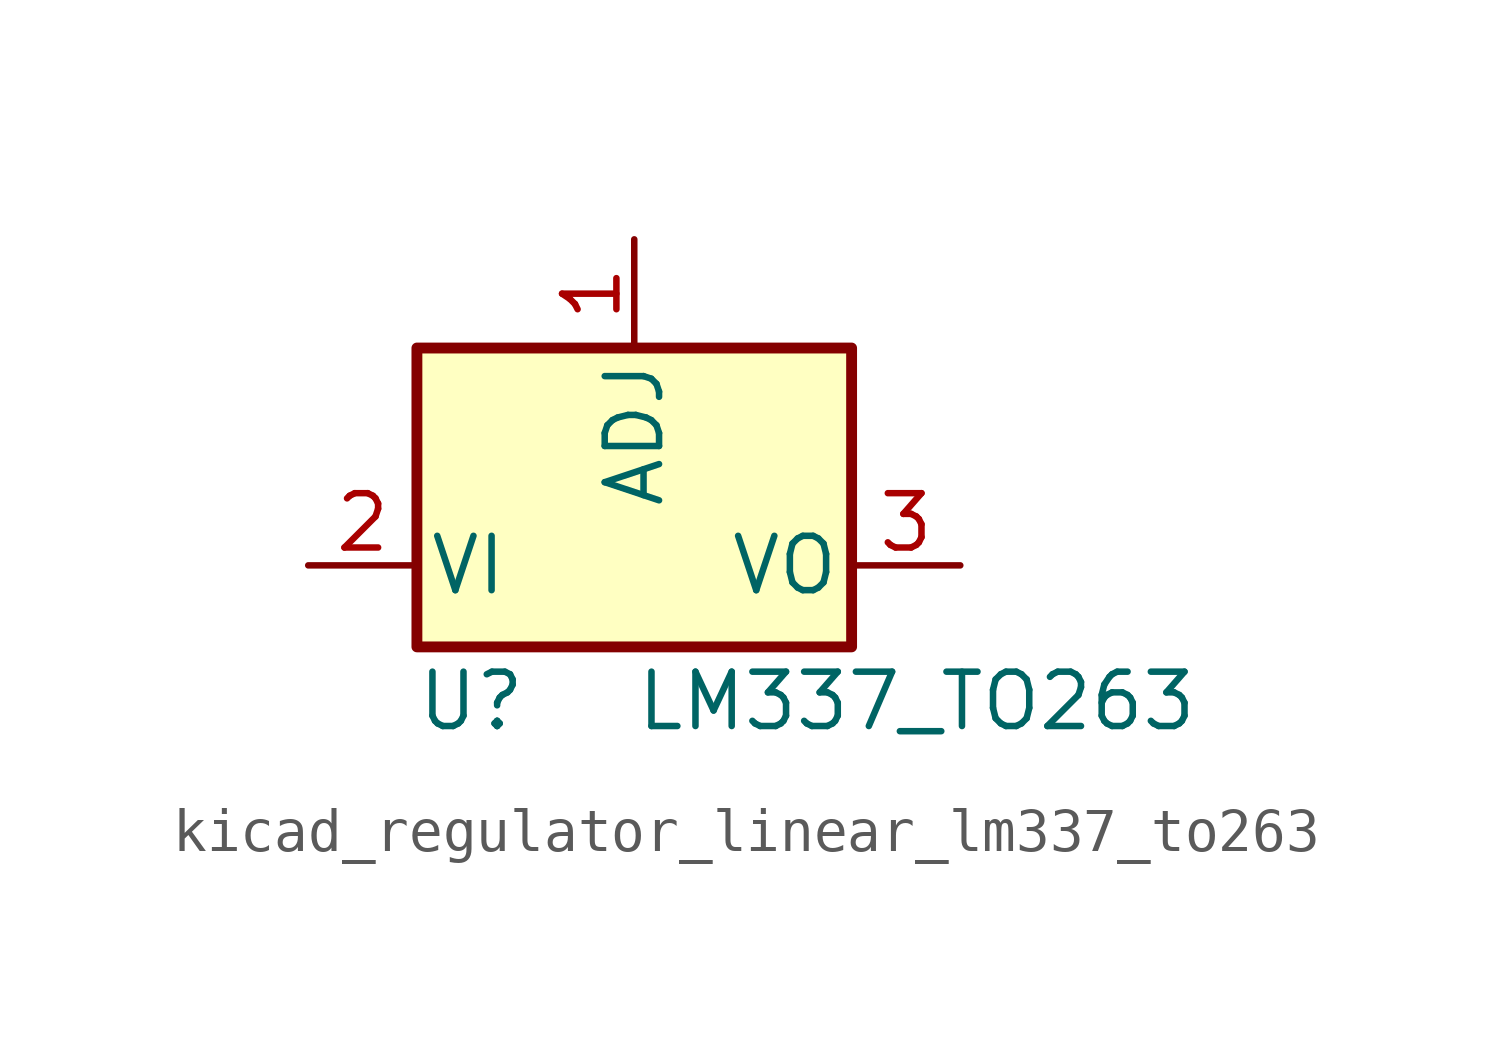
<source format=kicad_sym>
(kicad_symbol_lib
  (version 20220914)
  (generator kicad_symbol_editor)
  (symbol "kicad_regulator_linear_lm337_to263"
    (pin_names
      (offset 0.254))
    (property "Reference" "U"
      (at -3.81 -3.175 0)
      (effects (font (size 1.27 1.27))))
    (property "Value" "LM337_TO263"
      (at 0 -3.175 0)
      (effects (font (size 1.27 1.27)) (justify left)))
    (symbol "kicad_regulator_linear_lm337_to263_0_1"
      (rectangle (start -5.08 5.08) (end 5.08 -1.905) (stroke (width 0.254) (type default)) (fill (type background))))
    (symbol "kicad_regulator_linear_lm337_to263_1_1"
      (pin input line (at 0 7.62 270) (length 2.54) (name "ADJ" (effects (font (size 1.27 1.27)))) (number "1" (effects (font (size 1.27 1.27)))))
      (pin power_in line (at -7.62 0 0) (length 2.54) (name "VI" (effects (font (size 1.27 1.27)))) (number "2" (effects (font (size 1.27 1.27)))))
      (pin power_out line (at 7.62 0 180) (length 2.54) (name "VO" (effects (font (size 1.27 1.27)))) (number "3" (effects (font (size 1.27 1.27))))))))
</source>
